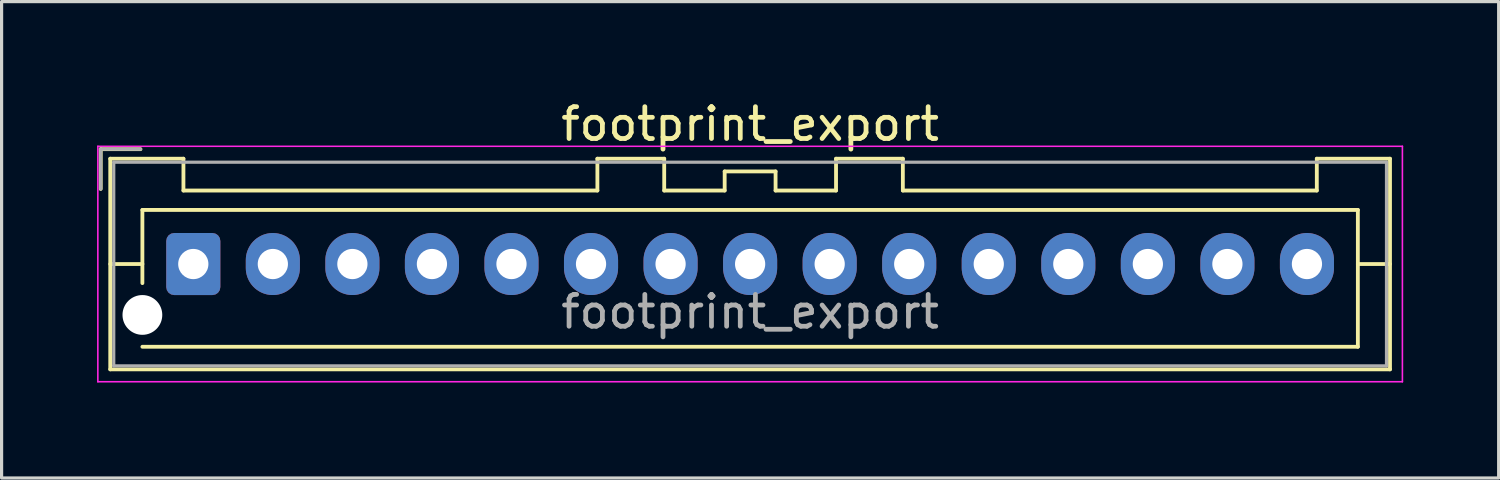
<source format=kicad_pcb>
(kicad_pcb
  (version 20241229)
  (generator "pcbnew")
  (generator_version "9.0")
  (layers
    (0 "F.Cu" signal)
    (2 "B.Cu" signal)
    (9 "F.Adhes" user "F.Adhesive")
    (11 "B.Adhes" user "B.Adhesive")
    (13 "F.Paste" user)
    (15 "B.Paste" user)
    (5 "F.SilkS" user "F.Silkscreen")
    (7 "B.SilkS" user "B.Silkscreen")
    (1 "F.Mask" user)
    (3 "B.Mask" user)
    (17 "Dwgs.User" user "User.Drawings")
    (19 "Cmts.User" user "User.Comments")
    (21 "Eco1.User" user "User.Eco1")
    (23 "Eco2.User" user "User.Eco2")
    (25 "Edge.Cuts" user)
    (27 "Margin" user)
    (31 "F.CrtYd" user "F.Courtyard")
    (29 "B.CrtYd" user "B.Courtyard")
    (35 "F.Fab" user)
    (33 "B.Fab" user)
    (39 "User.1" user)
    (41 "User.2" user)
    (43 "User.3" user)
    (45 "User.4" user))
  (footprint "footprint_export"
    (layer "F.Cu")
    (at 3.025 5.248)
    (property "Reference" "footprint_export" (at 17.5 -4.4 0) (layer "F.SilkS") (effects (font (size 1 1) (thickness 0.15))))
    (attr through_hole)
    (fp_line (start -2.91 -3.61) (end -2.91 -2.36) (stroke (width 0.12) (type solid)) (layer "F.SilkS"))
    (fp_line (start -2.61 -3.31) (end -2.61 3.31) (stroke (width 0.12) (type solid)) (layer "F.SilkS"))
    (fp_line (start -2.61 0) (end -1.6 0) (stroke (width 0.12) (type solid)) (layer "F.SilkS"))
    (fp_line (start -2.61 3.31) (end 37.61 3.31) (stroke (width 0.12) (type solid)) (layer "F.SilkS"))
    (fp_line (start -1.66 -3.61) (end -2.91 -3.61) (stroke (width 0.12) (type solid)) (layer "F.SilkS"))
    (fp_line (start -1.6 -1.7) (end 36.6 -1.7) (stroke (width 0.12) (type solid)) (layer "F.SilkS"))
    (fp_line (start -1.6 0.6) (end -1.6 -1.7) (stroke (width 0.12) (type solid)) (layer "F.SilkS"))
    (fp_line (start -0.31 -3.31) (end -2.61 -3.31) (stroke (width 0.12) (type solid)) (layer "F.SilkS"))
    (fp_line (start -0.31 -2.31) (end -0.31 -3.31) (stroke (width 0.12) (type solid)) (layer "F.SilkS"))
    (fp_line (start 12.7 -3.31) (end 12.7 -2.31) (stroke (width 0.12) (type solid)) (layer "F.SilkS"))
    (fp_line (start 12.7 -2.31) (end -0.31 -2.31) (stroke (width 0.12) (type solid)) (layer "F.SilkS"))
    (fp_line (start 14.8 -3.31) (end 12.7 -3.31) (stroke (width 0.12) (type solid)) (layer "F.SilkS"))
    (fp_line (start 14.8 -2.31) (end 14.8 -3.31) (stroke (width 0.12) (type solid)) (layer "F.SilkS"))
    (fp_line (start 16.7 -2.91) (end 16.7 -2.31) (stroke (width 0.12) (type solid)) (layer "F.SilkS"))
    (fp_line (start 16.7 -2.31) (end 14.8 -2.31) (stroke (width 0.12) (type solid)) (layer "F.SilkS"))
    (fp_line (start 18.3 -2.91) (end 16.7 -2.91) (stroke (width 0.12) (type solid)) (layer "F.SilkS"))
    (fp_line (start 18.3 -2.31) (end 18.3 -2.91) (stroke (width 0.12) (type solid)) (layer "F.SilkS"))
    (fp_line (start 20.2 -3.31) (end 20.2 -2.31) (stroke (width 0.12) (type solid)) (layer "F.SilkS"))
    (fp_line (start 20.2 -2.31) (end 18.3 -2.31) (stroke (width 0.12) (type solid)) (layer "F.SilkS"))
    (fp_line (start 22.3 -3.31) (end 20.2 -3.31) (stroke (width 0.12) (type solid)) (layer "F.SilkS"))
    (fp_line (start 22.3 -2.31) (end 22.3 -3.31) (stroke (width 0.12) (type solid)) (layer "F.SilkS"))
    (fp_line (start 35.31 -3.31) (end 35.31 -2.31) (stroke (width 0.12) (type solid)) (layer "F.SilkS"))
    (fp_line (start 35.31 -2.31) (end 22.3 -2.31) (stroke (width 0.12) (type solid)) (layer "F.SilkS"))
    (fp_line (start 36.6 -1.7) (end 36.6 2.6) (stroke (width 0.12) (type solid)) (layer "F.SilkS"))
    (fp_line (start 36.6 2.6) (end -1.6 2.6) (stroke (width 0.12) (type solid)) (layer "F.SilkS"))
    (fp_line (start 37.61 -3.31) (end 35.31 -3.31) (stroke (width 0.12) (type solid)) (layer "F.SilkS"))
    (fp_line (start 37.61 0) (end 36.6 0) (stroke (width 0.12) (type solid)) (layer "F.SilkS"))
    (fp_line (start 37.61 3.31) (end 37.61 -3.31) (stroke (width 0.12) (type solid)) (layer "F.SilkS"))
    (fp_line (start -3 -3.7) (end -3 3.7) (stroke (width 0.05) (type solid)) (layer "F.CrtYd"))
    (fp_line (start -3 3.7) (end 38 3.7) (stroke (width 0.05) (type solid)) (layer "F.CrtYd"))
    (fp_line (start 38 -3.7) (end -3 -3.7) (stroke (width 0.05) (type solid)) (layer "F.CrtYd"))
    (fp_line (start 38 3.7) (end 38 -3.7) (stroke (width 0.05) (type solid)) (layer "F.CrtYd"))
    (fp_line (start -2.91 -3.61) (end -2.91 -2.36) (stroke (width 0.1) (type solid)) (layer "F.Fab"))
    (fp_line (start -2.5 -3.2) (end -2.5 3.2) (stroke (width 0.1) (type solid)) (layer "F.Fab"))
    (fp_line (start -2.5 3.2) (end 37.5 3.2) (stroke (width 0.1) (type solid)) (layer "F.Fab"))
    (fp_line (start -1.66 -3.61) (end -2.91 -3.61) (stroke (width 0.1) (type solid)) (layer "F.Fab"))
    (fp_line (start 37.5 -3.2) (end -2.5 -3.2) (stroke (width 0.1) (type solid)) (layer "F.Fab"))
    (fp_line (start 37.5 3.2) (end 37.5 -3.2) (stroke (width 0.1) (type solid)) (layer "F.Fab"))
    (fp_text user "${REFERENCE}" (at 17.5 1.5 0) (layer "F.Fab") (effects (font (size 1 1) (thickness 0.15))))
    (pad "" np_thru_hole circle (at -1.6 1.6) (size 1.25 1.25) (drill 1.25) (layers "*.Cu" "*.Mask"))
    (pad "1" thru_hole roundrect (at 0 0) (size 1.7 1.95) (drill 0.95) (layers "*.Cu" "*.Mask") (roundrect_rratio 0.147))
    (pad "2" thru_hole oval (at 2.5 0) (size 1.7 1.95) (drill 0.95) (layers "*.Cu" "*.Mask"))
    (pad "3" thru_hole oval (at 5 0) (size 1.7 1.95) (drill 0.95) (layers "*.Cu" "*.Mask"))
    (pad "4" thru_hole oval (at 7.5 0) (size 1.7 1.95) (drill 0.95) (layers "*.Cu" "*.Mask"))
    (pad "5" thru_hole oval (at 10 0) (size 1.7 1.95) (drill 0.95) (layers "*.Cu" "*.Mask"))
    (pad "6" thru_hole oval (at 12.5 0) (size 1.7 1.95) (drill 0.95) (layers "*.Cu" "*.Mask"))
    (pad "7" thru_hole oval (at 15 0) (size 1.7 1.95) (drill 0.95) (layers "*.Cu" "*.Mask"))
    (pad "8" thru_hole oval (at 17.5 0) (size 1.7 1.95) (drill 0.95) (layers "*.Cu" "*.Mask"))
    (pad "9" thru_hole oval (at 20 0) (size 1.7 1.95) (drill 0.95) (layers "*.Cu" "*.Mask"))
    (pad "10" thru_hole oval (at 22.5 0) (size 1.7 1.95) (drill 0.95) (layers "*.Cu" "*.Mask"))
    (pad "11" thru_hole oval (at 25 0) (size 1.7 1.95) (drill 0.95) (layers "*.Cu" "*.Mask"))
    (pad "12" thru_hole oval (at 27.5 0) (size 1.7 1.95) (drill 0.95) (layers "*.Cu" "*.Mask"))
    (pad "13" thru_hole oval (at 30 0) (size 1.7 1.95) (drill 0.95) (layers "*.Cu" "*.Mask"))
    (pad "14" thru_hole oval (at 32.5 0) (size 1.7 1.95) (drill 0.95) (layers "*.Cu" "*.Mask"))
    (pad "15" thru_hole oval (at 35 0) (size 1.7 1.95) (drill 0.95) (layers "*.Cu" "*.Mask")))
  (gr_rect
    (start -3 -3)
    (end 44.05 11.973)
    (stroke (width 0.1) (type default))
    (fill no)
    (layer "Edge.Cuts")))
</source>
